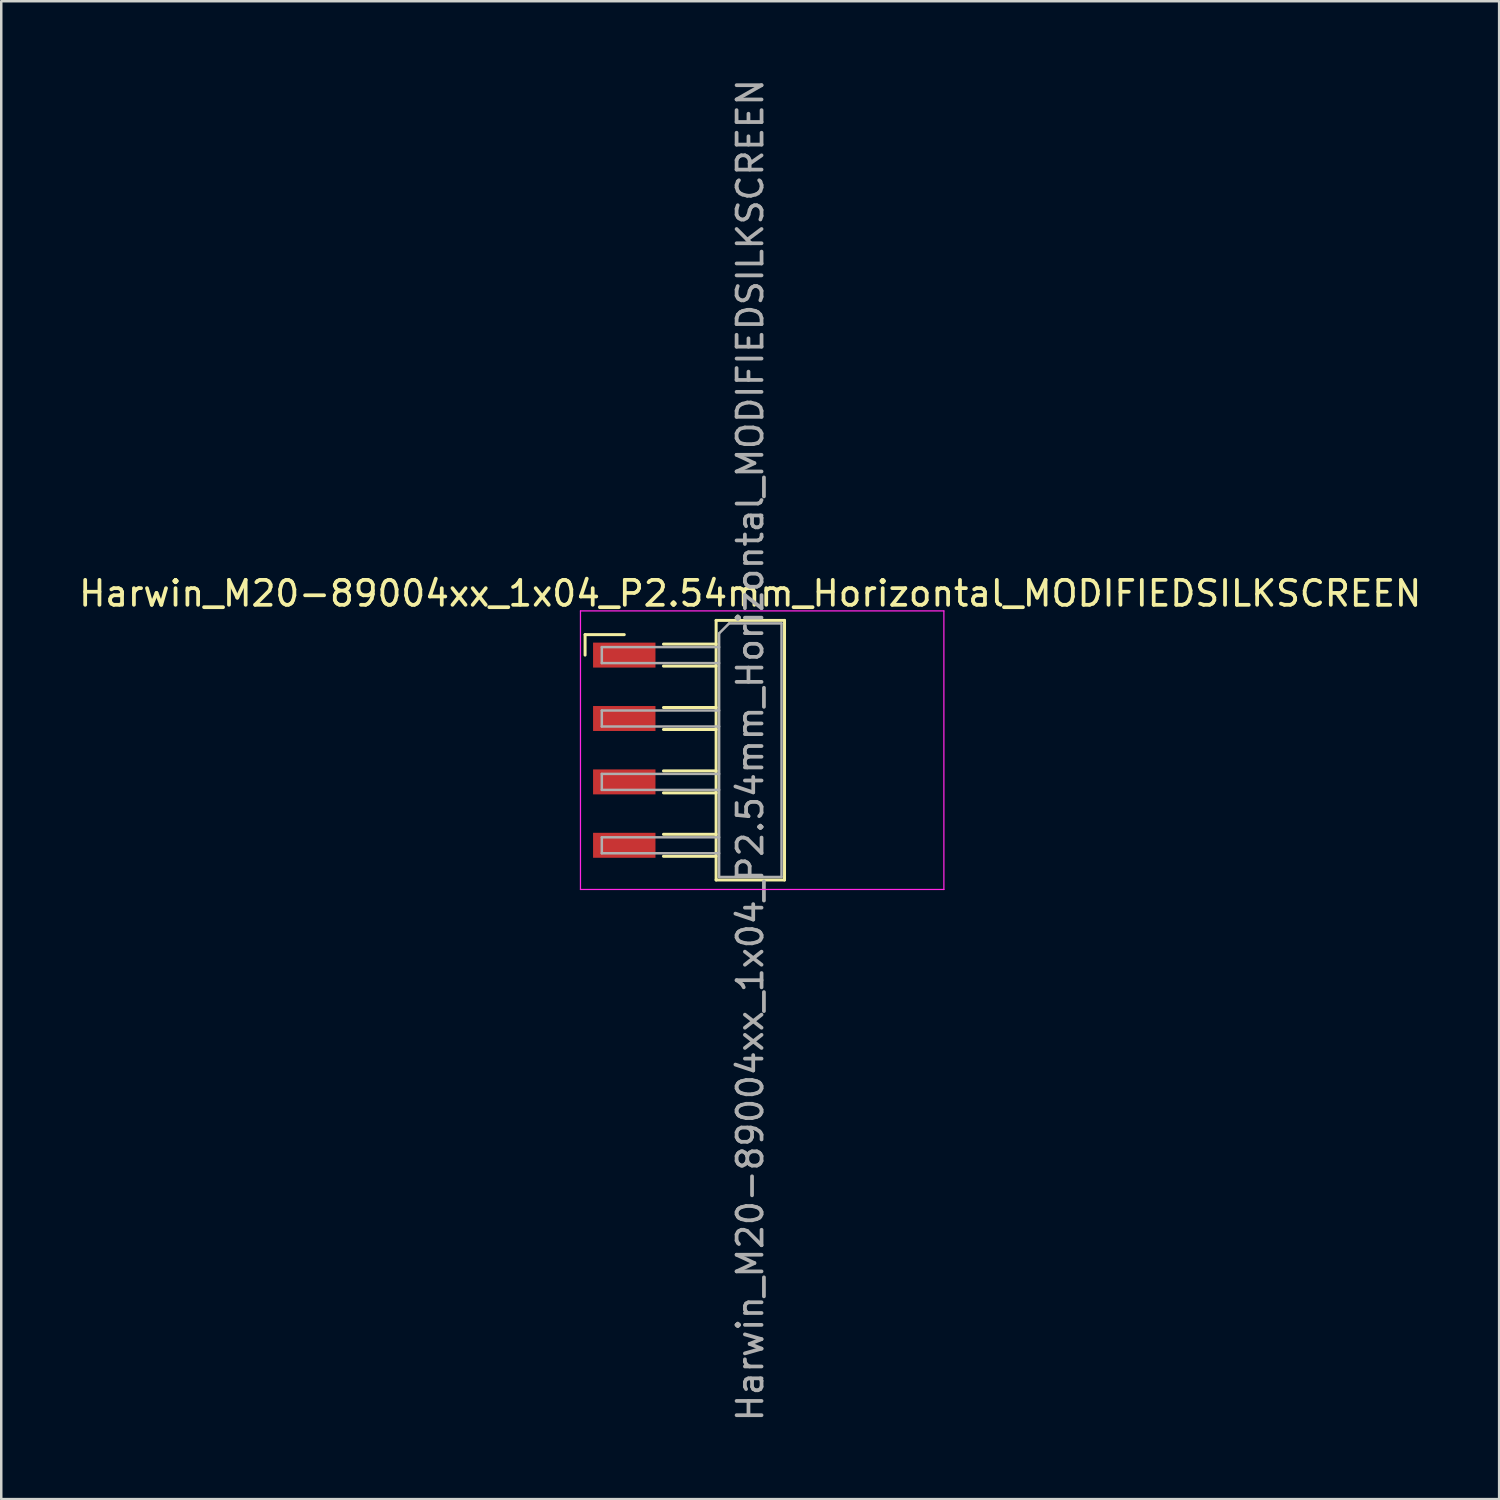
<source format=kicad_pcb>
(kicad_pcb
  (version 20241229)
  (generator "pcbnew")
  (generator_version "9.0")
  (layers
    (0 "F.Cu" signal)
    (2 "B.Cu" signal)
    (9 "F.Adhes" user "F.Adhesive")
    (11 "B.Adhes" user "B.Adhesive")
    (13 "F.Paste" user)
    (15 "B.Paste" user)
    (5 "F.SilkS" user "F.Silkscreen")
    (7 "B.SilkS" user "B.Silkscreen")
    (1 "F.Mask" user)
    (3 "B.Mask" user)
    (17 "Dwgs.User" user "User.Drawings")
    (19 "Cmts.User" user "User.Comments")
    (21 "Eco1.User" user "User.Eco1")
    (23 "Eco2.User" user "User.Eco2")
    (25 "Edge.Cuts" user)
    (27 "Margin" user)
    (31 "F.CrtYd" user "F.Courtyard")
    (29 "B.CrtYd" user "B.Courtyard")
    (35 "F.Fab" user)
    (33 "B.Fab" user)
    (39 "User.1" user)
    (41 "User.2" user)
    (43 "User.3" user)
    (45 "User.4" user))
  (footprint "Harwin_M20-89004xx_1x04_P2.54mm_Horizontal_MODIFIEDSILKSCREEN"
    (layer "F.Cu")
    (at 27.486 27.006)
    (property "Reference" "Harwin_M20-89004xx_1x04_P2.54mm_Horizontal_MODIFIEDSILKSCREEN" (at -0.48 -6.28 0) (layer "F.SilkS") (effects (font (size 1 1) (thickness 0.15))))
    (attr smd)
    (fp_line (start -7.095 -4.63) (end -5.525 -4.63) (stroke (width 0.12) (type solid)) (layer "F.SilkS"))
    (fp_line (start -7.095 -3.81) (end -7.095 -4.63) (stroke (width 0.12) (type solid)) (layer "F.SilkS"))
    (fp_line (start -3.955 -4.25) (end -1.845 -4.25) (stroke (width 0.12) (type solid)) (layer "F.SilkS"))
    (fp_line (start -3.955 -3.37) (end -1.845 -3.37) (stroke (width 0.12) (type solid)) (layer "F.SilkS"))
    (fp_line (start -3.955 -1.71) (end -1.845 -1.71) (stroke (width 0.12) (type solid)) (layer "F.SilkS"))
    (fp_line (start -3.955 -0.83) (end -1.845 -0.83) (stroke (width 0.12) (type solid)) (layer "F.SilkS"))
    (fp_line (start -3.955 0.83) (end -1.845 0.83) (stroke (width 0.12) (type solid)) (layer "F.SilkS"))
    (fp_line (start -3.955 1.71) (end -1.845 1.71) (stroke (width 0.12) (type solid)) (layer "F.SilkS"))
    (fp_line (start -3.955 3.37) (end -1.845 3.37) (stroke (width 0.12) (type solid)) (layer "F.SilkS"))
    (fp_line (start -3.955 4.25) (end -1.845 4.25) (stroke (width 0.12) (type solid)) (layer "F.SilkS"))
    (fp_line (start -1.845 -5.2) (end 0.895 -5.2) (stroke (width 0.12) (type solid)) (layer "F.SilkS"))
    (fp_line (start -1.845 5.2) (end -1.845 -5.2) (stroke (width 0.12) (type solid)) (layer "F.SilkS"))
    (fp_line (start 0.895 -5.2) (end 0.895 5.2) (stroke (width 0.12) (type solid)) (layer "F.SilkS"))
    (fp_line (start 0.895 5.2) (end -1.845 5.2) (stroke (width 0.12) (type solid)) (layer "F.SilkS"))
    (fp_line (start -7.28 -5.58) (end 7.28 -5.58) (stroke (width 0.05) (type solid)) (layer "F.CrtYd"))
    (fp_line (start -7.28 5.58) (end -7.28 -5.58) (stroke (width 0.05) (type solid)) (layer "F.CrtYd"))
    (fp_line (start 7.28 -5.58) (end 7.28 5.58) (stroke (width 0.05) (type solid)) (layer "F.CrtYd"))
    (fp_line (start 7.28 5.58) (end -7.28 5.58) (stroke (width 0.05) (type solid)) (layer "F.CrtYd"))
    (fp_line (start -6.425 -4.13) (end -6.425 -3.49) (stroke (width 0.1) (type solid)) (layer "F.Fab"))
    (fp_line (start -6.425 -3.49) (end -1.725 -3.49) (stroke (width 0.1) (type solid)) (layer "F.Fab"))
    (fp_line (start -6.425 -1.59) (end -6.425 -0.95) (stroke (width 0.1) (type solid)) (layer "F.Fab"))
    (fp_line (start -6.425 -0.95) (end -1.725 -0.95) (stroke (width 0.1) (type solid)) (layer "F.Fab"))
    (fp_line (start -6.425 0.95) (end -6.425 1.59) (stroke (width 0.1) (type solid)) (layer "F.Fab"))
    (fp_line (start -6.425 1.59) (end -1.725 1.59) (stroke (width 0.1) (type solid)) (layer "F.Fab"))
    (fp_line (start -6.425 3.49) (end -6.425 4.13) (stroke (width 0.1) (type solid)) (layer "F.Fab"))
    (fp_line (start -6.425 4.13) (end -1.725 4.13) (stroke (width 0.1) (type solid)) (layer "F.Fab"))
    (fp_line (start -1.725 -4.68) (end -1.325 -5.08) (stroke (width 0.1) (type solid)) (layer "F.Fab"))
    (fp_line (start -1.725 -4.13) (end -6.425 -4.13) (stroke (width 0.1) (type solid)) (layer "F.Fab"))
    (fp_line (start -1.725 -1.59) (end -6.425 -1.59) (stroke (width 0.1) (type solid)) (layer "F.Fab"))
    (fp_line (start -1.725 0.95) (end -6.425 0.95) (stroke (width 0.1) (type solid)) (layer "F.Fab"))
    (fp_line (start -1.725 3.49) (end -6.425 3.49) (stroke (width 0.1) (type solid)) (layer "F.Fab"))
    (fp_line (start -1.725 5.08) (end -1.725 -4.68) (stroke (width 0.1) (type solid)) (layer "F.Fab"))
    (fp_line (start -1.325 -5.08) (end 0.775 -5.08) (stroke (width 0.1) (type solid)) (layer "F.Fab"))
    (fp_line (start 0.775 -5.08) (end 0.775 5.08) (stroke (width 0.1) (type solid)) (layer "F.Fab"))
    (fp_line (start 0.775 5.08) (end -1.725 5.08) (stroke (width 0.1) (type solid)) (layer "F.Fab"))
    (fp_text user "${REFERENCE}" (at -0.48 0 90) (layer "F.Fab") (effects (font (size 1 1) (thickness 0.15))))
    (pad "1" smd rect (at -5.525 -3.81) (size 2.5 1) (layers "F.Cu" "F.Mask" "F.Paste"))
    (pad "2" smd rect (at -5.525 -1.27) (size 2.5 1) (layers "F.Cu" "F.Mask" "F.Paste"))
    (pad "3" smd rect (at -5.525 1.27) (size 2.5 1) (layers "F.Cu" "F.Mask" "F.Paste"))
    (pad "4" smd rect (at -5.525 3.81) (size 2.5 1) (layers "F.Cu" "F.Mask" "F.Paste")))
  (gr_rect
    (start -3 -3)
    (end 57.012 57.012)
    (stroke (width 0.1) (type default))
    (fill no)
    (layer "Edge.Cuts")))
</source>
